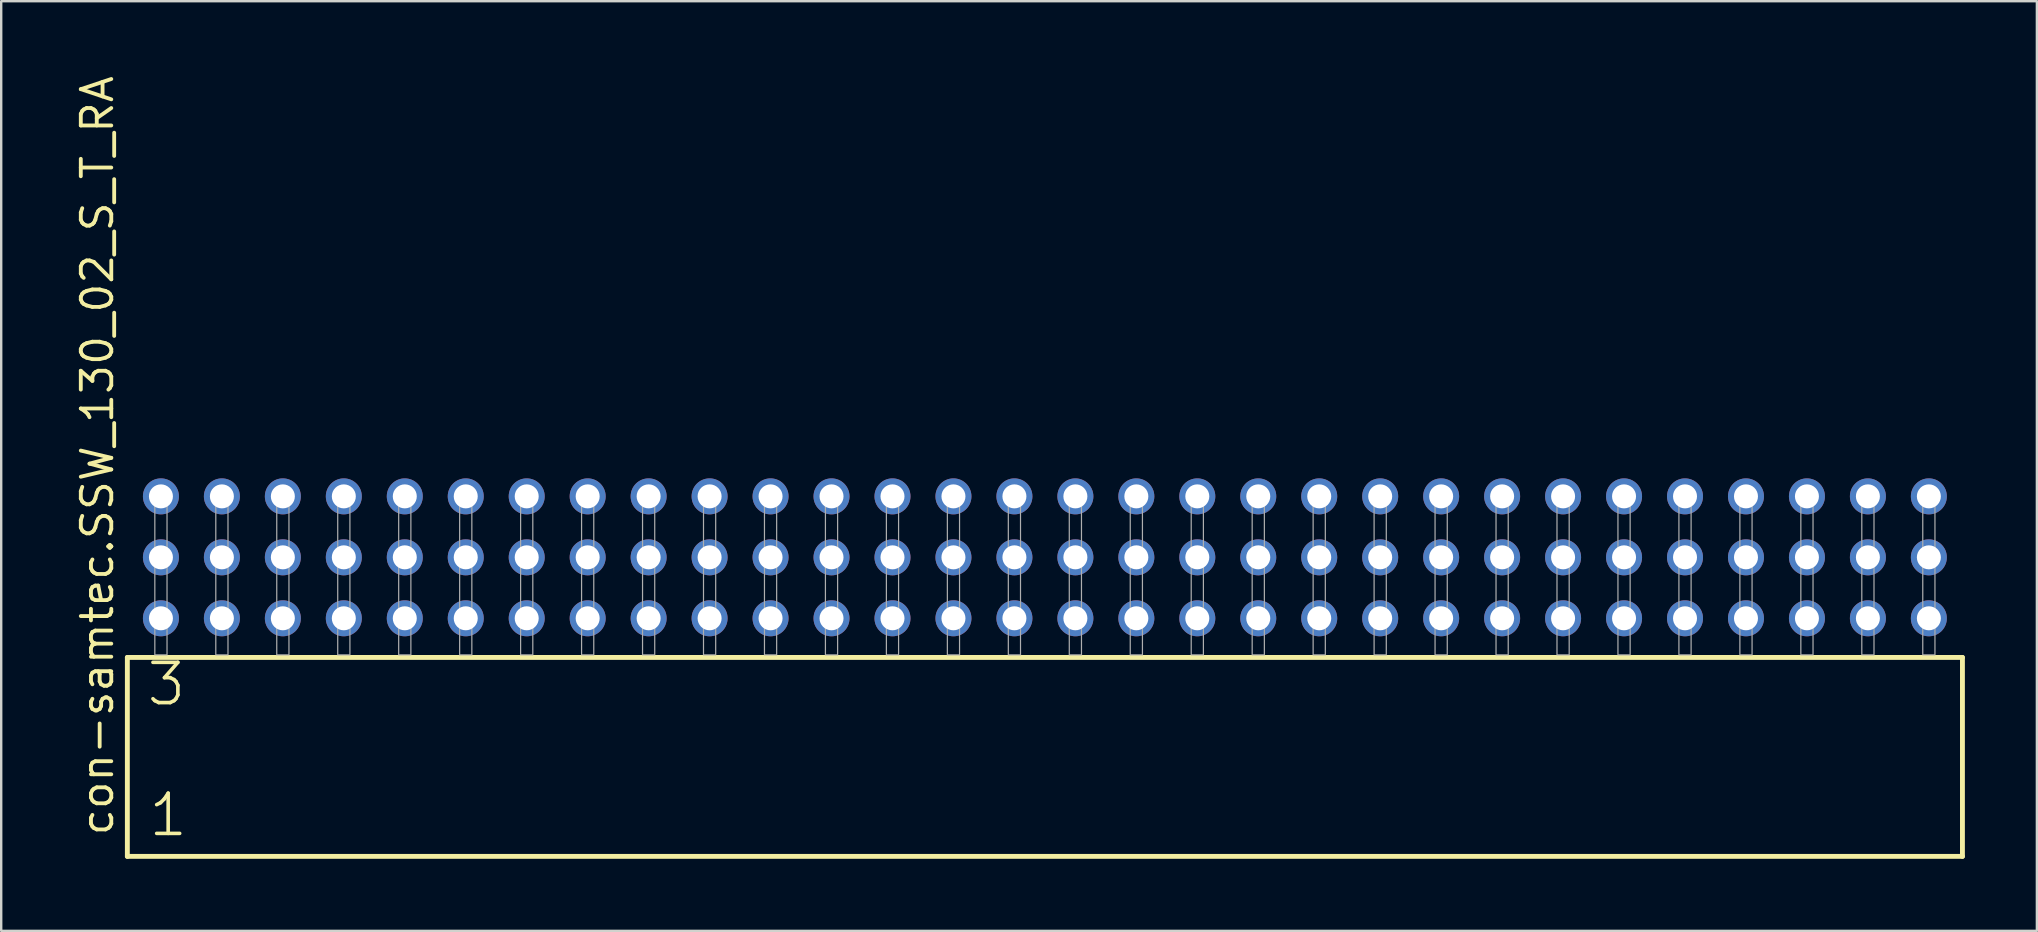
<source format=kicad_pcb>
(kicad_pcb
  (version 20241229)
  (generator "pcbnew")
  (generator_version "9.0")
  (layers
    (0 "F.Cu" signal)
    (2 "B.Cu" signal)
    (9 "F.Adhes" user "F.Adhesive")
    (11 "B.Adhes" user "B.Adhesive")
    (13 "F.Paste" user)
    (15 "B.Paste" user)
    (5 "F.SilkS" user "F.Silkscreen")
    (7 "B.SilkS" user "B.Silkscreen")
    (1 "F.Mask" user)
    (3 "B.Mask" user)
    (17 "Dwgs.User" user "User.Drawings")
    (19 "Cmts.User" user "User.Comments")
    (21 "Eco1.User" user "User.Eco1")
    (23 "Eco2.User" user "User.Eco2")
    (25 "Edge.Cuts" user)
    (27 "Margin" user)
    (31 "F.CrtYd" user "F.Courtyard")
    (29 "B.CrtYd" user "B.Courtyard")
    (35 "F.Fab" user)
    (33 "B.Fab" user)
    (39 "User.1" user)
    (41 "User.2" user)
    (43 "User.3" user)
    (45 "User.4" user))
  (footprint "con-samtec.SSW_130_02_S_T_RA"
    (layer "F.Cu")
    (at 40.485 24.235)
    (property "Reference" "con-samtec.SSW_130_02_S_T_RA" (at -38.735 7.62 90) (layer "F.SilkS") (effects (font (size 1.27 1.27) (thickness 0.16)) (justify left bottom)))
    (attr through_hole)
    (fp_line (start -38.229 0.106) (end -38.229 8.396) (stroke (width 0.203) (type default)) (layer "F.SilkS"))
    (fp_line (start -38.229 8.396) (end 38.229 8.396) (stroke (width 0.203) (type default)) (layer "F.SilkS"))
    (fp_line (start 38.229 0.106) (end -38.229 0.106) (stroke (width 0.203) (type default)) (layer "F.SilkS"))
    (fp_line (start 38.229 8.396) (end 38.229 0.106) (stroke (width 0.203) (type default)) (layer "F.SilkS"))
    (fp_rect (start -37.084 0) (end -36.576 -6.858) (stroke (width 0.05) (type default)) (fill no) (layer "F.Fab"))
    (fp_rect (start -34.544 0) (end -34.036 -6.858) (stroke (width 0.05) (type default)) (fill no) (layer "F.Fab"))
    (fp_rect (start -32.004 0) (end -31.496 -6.858) (stroke (width 0.05) (type default)) (fill no) (layer "F.Fab"))
    (fp_rect (start -29.464 0) (end -28.956 -6.858) (stroke (width 0.05) (type default)) (fill no) (layer "F.Fab"))
    (fp_rect (start -26.924 0) (end -26.416 -6.858) (stroke (width 0.05) (type default)) (fill no) (layer "F.Fab"))
    (fp_rect (start -24.384 0) (end -23.876 -6.858) (stroke (width 0.05) (type default)) (fill no) (layer "F.Fab"))
    (fp_rect (start -21.844 0) (end -21.336 -6.858) (stroke (width 0.05) (type default)) (fill no) (layer "F.Fab"))
    (fp_rect (start -19.304 0) (end -18.796 -6.858) (stroke (width 0.05) (type default)) (fill no) (layer "F.Fab"))
    (fp_rect (start -16.764 0) (end -16.256 -6.858) (stroke (width 0.05) (type default)) (fill no) (layer "F.Fab"))
    (fp_rect (start -14.224 0) (end -13.716 -6.858) (stroke (width 0.05) (type default)) (fill no) (layer "F.Fab"))
    (fp_rect (start -11.684 0) (end -11.176 -6.858) (stroke (width 0.05) (type default)) (fill no) (layer "F.Fab"))
    (fp_rect (start -9.144 0) (end -8.636 -6.858) (stroke (width 0.05) (type default)) (fill no) (layer "F.Fab"))
    (fp_rect (start -6.604 0) (end -6.096 -6.858) (stroke (width 0.05) (type default)) (fill no) (layer "F.Fab"))
    (fp_rect (start -4.064 0) (end -3.556 -6.858) (stroke (width 0.05) (type default)) (fill no) (layer "F.Fab"))
    (fp_rect (start -1.524 0) (end -1.016 -6.858) (stroke (width 0.05) (type default)) (fill no) (layer "F.Fab"))
    (fp_rect (start 1.016 0) (end 1.524 -6.858) (stroke (width 0.05) (type default)) (fill no) (layer "F.Fab"))
    (fp_rect (start 3.556 0) (end 4.064 -6.858) (stroke (width 0.05) (type default)) (fill no) (layer "F.Fab"))
    (fp_rect (start 6.096 0) (end 6.604 -6.858) (stroke (width 0.05) (type default)) (fill no) (layer "F.Fab"))
    (fp_rect (start 8.636 0) (end 9.144 -6.858) (stroke (width 0.05) (type default)) (fill no) (layer "F.Fab"))
    (fp_rect (start 11.176 0) (end 11.684 -6.858) (stroke (width 0.05) (type default)) (fill no) (layer "F.Fab"))
    (fp_rect (start 13.716 0) (end 14.224 -6.858) (stroke (width 0.05) (type default)) (fill no) (layer "F.Fab"))
    (fp_rect (start 16.256 0) (end 16.764 -6.858) (stroke (width 0.05) (type default)) (fill no) (layer "F.Fab"))
    (fp_rect (start 18.796 0) (end 19.304 -6.858) (stroke (width 0.05) (type default)) (fill no) (layer "F.Fab"))
    (fp_rect (start 21.336 0) (end 21.844 -6.858) (stroke (width 0.05) (type default)) (fill no) (layer "F.Fab"))
    (fp_rect (start 23.876 0) (end 24.384 -6.858) (stroke (width 0.05) (type default)) (fill no) (layer "F.Fab"))
    (fp_rect (start 26.416 0) (end 26.924 -6.858) (stroke (width 0.05) (type default)) (fill no) (layer "F.Fab"))
    (fp_rect (start 28.956 0) (end 29.464 -6.858) (stroke (width 0.05) (type default)) (fill no) (layer "F.Fab"))
    (fp_rect (start 31.496 0) (end 32.004 -6.858) (stroke (width 0.05) (type default)) (fill no) (layer "F.Fab"))
    (fp_rect (start 34.036 0) (end 34.544 -6.858) (stroke (width 0.05) (type default)) (fill no) (layer "F.Fab"))
    (fp_rect (start 36.576 0) (end 37.084 -6.858) (stroke (width 0.05) (type default)) (fill no) (layer "F.Fab"))
    (fp_text user "3" (at -37.5 2.2 0) (layer "F.SilkS") (effects (font (size 1.676 1.676) (thickness 0.15)) (justify left bottom)))
    (fp_text user "1" (at -37.425 7.65 0) (layer "F.SilkS") (effects (font (size 1.676 1.676) (thickness 0.15)) (justify left bottom)))
    (pad "1" thru_hole circle (at -36.83 -1.524) (size 1.5 1.5) (drill 1) (layers "*.Cu" "*.Mask"))
    (pad "2" thru_hole circle (at -36.83 -4.064) (size 1.5 1.5) (drill 1) (layers "*.Cu" "*.Mask"))
    (pad "3" thru_hole circle (at -36.83 -6.604) (size 1.5 1.5) (drill 1) (layers "*.Cu" "*.Mask"))
    (pad "4" thru_hole circle (at -34.29 -1.524) (size 1.5 1.5) (drill 1) (layers "*.Cu" "*.Mask"))
    (pad "5" thru_hole circle (at -34.29 -4.064) (size 1.5 1.5) (drill 1) (layers "*.Cu" "*.Mask"))
    (pad "6" thru_hole circle (at -34.29 -6.604) (size 1.5 1.5) (drill 1) (layers "*.Cu" "*.Mask"))
    (pad "7" thru_hole circle (at -31.75 -1.524) (size 1.5 1.5) (drill 1) (layers "*.Cu" "*.Mask"))
    (pad "8" thru_hole circle (at -31.75 -4.064) (size 1.5 1.5) (drill 1) (layers "*.Cu" "*.Mask"))
    (pad "9" thru_hole circle (at -31.75 -6.604) (size 1.5 1.5) (drill 1) (layers "*.Cu" "*.Mask"))
    (pad "10" thru_hole circle (at -29.21 -1.524) (size 1.5 1.5) (drill 1) (layers "*.Cu" "*.Mask"))
    (pad "11" thru_hole circle (at -29.21 -4.064) (size 1.5 1.5) (drill 1) (layers "*.Cu" "*.Mask"))
    (pad "12" thru_hole circle (at -29.21 -6.604) (size 1.5 1.5) (drill 1) (layers "*.Cu" "*.Mask"))
    (pad "13" thru_hole circle (at -26.67 -1.524) (size 1.5 1.5) (drill 1) (layers "*.Cu" "*.Mask"))
    (pad "14" thru_hole circle (at -26.67 -4.064) (size 1.5 1.5) (drill 1) (layers "*.Cu" "*.Mask"))
    (pad "15" thru_hole circle (at -26.67 -6.604) (size 1.5 1.5) (drill 1) (layers "*.Cu" "*.Mask"))
    (pad "16" thru_hole circle (at -24.13 -1.524) (size 1.5 1.5) (drill 1) (layers "*.Cu" "*.Mask"))
    (pad "17" thru_hole circle (at -24.13 -4.064) (size 1.5 1.5) (drill 1) (layers "*.Cu" "*.Mask"))
    (pad "18" thru_hole circle (at -24.13 -6.604) (size 1.5 1.5) (drill 1) (layers "*.Cu" "*.Mask"))
    (pad "19" thru_hole circle (at -21.59 -1.524) (size 1.5 1.5) (drill 1) (layers "*.Cu" "*.Mask"))
    (pad "20" thru_hole circle (at -21.59 -4.064) (size 1.5 1.5) (drill 1) (layers "*.Cu" "*.Mask"))
    (pad "21" thru_hole circle (at -21.59 -6.604) (size 1.5 1.5) (drill 1) (layers "*.Cu" "*.Mask"))
    (pad "22" thru_hole circle (at -19.05 -1.524) (size 1.5 1.5) (drill 1) (layers "*.Cu" "*.Mask"))
    (pad "23" thru_hole circle (at -19.05 -4.064) (size 1.5 1.5) (drill 1) (layers "*.Cu" "*.Mask"))
    (pad "24" thru_hole circle (at -19.05 -6.604) (size 1.5 1.5) (drill 1) (layers "*.Cu" "*.Mask"))
    (pad "25" thru_hole circle (at -16.51 -1.524) (size 1.5 1.5) (drill 1) (layers "*.Cu" "*.Mask"))
    (pad "26" thru_hole circle (at -16.51 -4.064) (size 1.5 1.5) (drill 1) (layers "*.Cu" "*.Mask"))
    (pad "27" thru_hole circle (at -16.51 -6.604) (size 1.5 1.5) (drill 1) (layers "*.Cu" "*.Mask"))
    (pad "28" thru_hole circle (at -13.97 -1.524) (size 1.5 1.5) (drill 1) (layers "*.Cu" "*.Mask"))
    (pad "29" thru_hole circle (at -13.97 -4.064) (size 1.5 1.5) (drill 1) (layers "*.Cu" "*.Mask"))
    (pad "30" thru_hole circle (at -13.97 -6.604) (size 1.5 1.5) (drill 1) (layers "*.Cu" "*.Mask"))
    (pad "31" thru_hole circle (at -11.43 -1.524) (size 1.5 1.5) (drill 1) (layers "*.Cu" "*.Mask"))
    (pad "32" thru_hole circle (at -11.43 -4.064) (size 1.5 1.5) (drill 1) (layers "*.Cu" "*.Mask"))
    (pad "33" thru_hole circle (at -11.43 -6.604) (size 1.5 1.5) (drill 1) (layers "*.Cu" "*.Mask"))
    (pad "34" thru_hole circle (at -8.89 -1.524) (size 1.5 1.5) (drill 1) (layers "*.Cu" "*.Mask"))
    (pad "35" thru_hole circle (at -8.89 -4.064) (size 1.5 1.5) (drill 1) (layers "*.Cu" "*.Mask"))
    (pad "36" thru_hole circle (at -8.89 -6.604) (size 1.5 1.5) (drill 1) (layers "*.Cu" "*.Mask"))
    (pad "37" thru_hole circle (at -6.35 -1.524) (size 1.5 1.5) (drill 1) (layers "*.Cu" "*.Mask"))
    (pad "38" thru_hole circle (at -6.35 -4.064) (size 1.5 1.5) (drill 1) (layers "*.Cu" "*.Mask"))
    (pad "39" thru_hole circle (at -6.35 -6.604) (size 1.5 1.5) (drill 1) (layers "*.Cu" "*.Mask"))
    (pad "40" thru_hole circle (at -3.81 -1.524) (size 1.5 1.5) (drill 1) (layers "*.Cu" "*.Mask"))
    (pad "41" thru_hole circle (at -3.81 -4.064) (size 1.5 1.5) (drill 1) (layers "*.Cu" "*.Mask"))
    (pad "42" thru_hole circle (at -3.81 -6.604) (size 1.5 1.5) (drill 1) (layers "*.Cu" "*.Mask"))
    (pad "43" thru_hole circle (at -1.27 -1.524) (size 1.5 1.5) (drill 1) (layers "*.Cu" "*.Mask"))
    (pad "44" thru_hole circle (at -1.27 -4.064) (size 1.5 1.5) (drill 1) (layers "*.Cu" "*.Mask"))
    (pad "45" thru_hole circle (at -1.27 -6.604) (size 1.5 1.5) (drill 1) (layers "*.Cu" "*.Mask"))
    (pad "46" thru_hole circle (at 1.27 -1.524) (size 1.5 1.5) (drill 1) (layers "*.Cu" "*.Mask"))
    (pad "47" thru_hole circle (at 1.27 -4.064) (size 1.5 1.5) (drill 1) (layers "*.Cu" "*.Mask"))
    (pad "48" thru_hole circle (at 1.27 -6.604) (size 1.5 1.5) (drill 1) (layers "*.Cu" "*.Mask"))
    (pad "49" thru_hole circle (at 3.81 -1.524) (size 1.5 1.5) (drill 1) (layers "*.Cu" "*.Mask"))
    (pad "50" thru_hole circle (at 3.81 -4.064) (size 1.5 1.5) (drill 1) (layers "*.Cu" "*.Mask"))
    (pad "51" thru_hole circle (at 3.81 -6.604) (size 1.5 1.5) (drill 1) (layers "*.Cu" "*.Mask"))
    (pad "52" thru_hole circle (at 6.35 -1.524) (size 1.5 1.5) (drill 1) (layers "*.Cu" "*.Mask"))
    (pad "53" thru_hole circle (at 6.35 -4.064) (size 1.5 1.5) (drill 1) (layers "*.Cu" "*.Mask"))
    (pad "54" thru_hole circle (at 6.35 -6.604) (size 1.5 1.5) (drill 1) (layers "*.Cu" "*.Mask"))
    (pad "55" thru_hole circle (at 8.89 -1.524) (size 1.5 1.5) (drill 1) (layers "*.Cu" "*.Mask"))
    (pad "56" thru_hole circle (at 8.89 -4.064) (size 1.5 1.5) (drill 1) (layers "*.Cu" "*.Mask"))
    (pad "57" thru_hole circle (at 8.89 -6.604) (size 1.5 1.5) (drill 1) (layers "*.Cu" "*.Mask"))
    (pad "58" thru_hole circle (at 11.43 -1.524) (size 1.5 1.5) (drill 1) (layers "*.Cu" "*.Mask"))
    (pad "59" thru_hole circle (at 11.43 -4.064) (size 1.5 1.5) (drill 1) (layers "*.Cu" "*.Mask"))
    (pad "60" thru_hole circle (at 11.43 -6.604) (size 1.5 1.5) (drill 1) (layers "*.Cu" "*.Mask"))
    (pad "61" thru_hole circle (at 13.97 -1.524) (size 1.5 1.5) (drill 1) (layers "*.Cu" "*.Mask"))
    (pad "62" thru_hole circle (at 13.97 -4.064) (size 1.5 1.5) (drill 1) (layers "*.Cu" "*.Mask"))
    (pad "63" thru_hole circle (at 13.97 -6.604) (size 1.5 1.5) (drill 1) (layers "*.Cu" "*.Mask"))
    (pad "64" thru_hole circle (at 16.51 -1.524) (size 1.5 1.5) (drill 1) (layers "*.Cu" "*.Mask"))
    (pad "65" thru_hole circle (at 16.51 -4.064) (size 1.5 1.5) (drill 1) (layers "*.Cu" "*.Mask"))
    (pad "66" thru_hole circle (at 16.51 -6.604) (size 1.5 1.5) (drill 1) (layers "*.Cu" "*.Mask"))
    (pad "67" thru_hole circle (at 19.05 -1.524) (size 1.5 1.5) (drill 1) (layers "*.Cu" "*.Mask"))
    (pad "68" thru_hole circle (at 19.05 -4.064) (size 1.5 1.5) (drill 1) (layers "*.Cu" "*.Mask"))
    (pad "69" thru_hole circle (at 19.05 -6.604) (size 1.5 1.5) (drill 1) (layers "*.Cu" "*.Mask"))
    (pad "70" thru_hole circle (at 21.59 -1.524) (size 1.5 1.5) (drill 1) (layers "*.Cu" "*.Mask"))
    (pad "71" thru_hole circle (at 21.59 -4.064) (size 1.5 1.5) (drill 1) (layers "*.Cu" "*.Mask"))
    (pad "72" thru_hole circle (at 21.59 -6.604) (size 1.5 1.5) (drill 1) (layers "*.Cu" "*.Mask"))
    (pad "73" thru_hole circle (at 24.13 -1.524) (size 1.5 1.5) (drill 1) (layers "*.Cu" "*.Mask"))
    (pad "74" thru_hole circle (at 24.13 -4.064) (size 1.5 1.5) (drill 1) (layers "*.Cu" "*.Mask"))
    (pad "75" thru_hole circle (at 24.13 -6.604) (size 1.5 1.5) (drill 1) (layers "*.Cu" "*.Mask"))
    (pad "76" thru_hole circle (at 26.67 -1.524) (size 1.5 1.5) (drill 1) (layers "*.Cu" "*.Mask"))
    (pad "77" thru_hole circle (at 26.67 -4.064) (size 1.5 1.5) (drill 1) (layers "*.Cu" "*.Mask"))
    (pad "78" thru_hole circle (at 26.67 -6.604) (size 1.5 1.5) (drill 1) (layers "*.Cu" "*.Mask"))
    (pad "79" thru_hole circle (at 29.21 -1.524) (size 1.5 1.5) (drill 1) (layers "*.Cu" "*.Mask"))
    (pad "80" thru_hole circle (at 29.21 -4.064) (size 1.5 1.5) (drill 1) (layers "*.Cu" "*.Mask"))
    (pad "81" thru_hole circle (at 29.21 -6.604) (size 1.5 1.5) (drill 1) (layers "*.Cu" "*.Mask"))
    (pad "82" thru_hole circle (at 31.75 -1.524) (size 1.5 1.5) (drill 1) (layers "*.Cu" "*.Mask"))
    (pad "83" thru_hole circle (at 31.75 -4.064) (size 1.5 1.5) (drill 1) (layers "*.Cu" "*.Mask"))
    (pad "84" thru_hole circle (at 31.75 -6.604) (size 1.5 1.5) (drill 1) (layers "*.Cu" "*.Mask"))
    (pad "85" thru_hole circle (at 34.29 -1.524) (size 1.5 1.5) (drill 1) (layers "*.Cu" "*.Mask"))
    (pad "86" thru_hole circle (at 34.29 -4.064) (size 1.5 1.5) (drill 1) (layers "*.Cu" "*.Mask"))
    (pad "87" thru_hole circle (at 34.29 -6.604) (size 1.5 1.5) (drill 1) (layers "*.Cu" "*.Mask"))
    (pad "88" thru_hole circle (at 36.83 -1.524) (size 1.5 1.5) (drill 1) (layers "*.Cu" "*.Mask"))
    (pad "89" thru_hole circle (at 36.83 -4.064) (size 1.5 1.5) (drill 1) (layers "*.Cu" "*.Mask"))
    (pad "90" thru_hole circle (at 36.83 -6.604) (size 1.5 1.5) (drill 1) (layers "*.Cu" "*.Mask")))
  (gr_rect
    (start -3 -3)
    (end 81.816 35.733)
    (stroke (width 0.1) (type default))
    (fill no)
    (layer "Edge.Cuts")))
</source>
